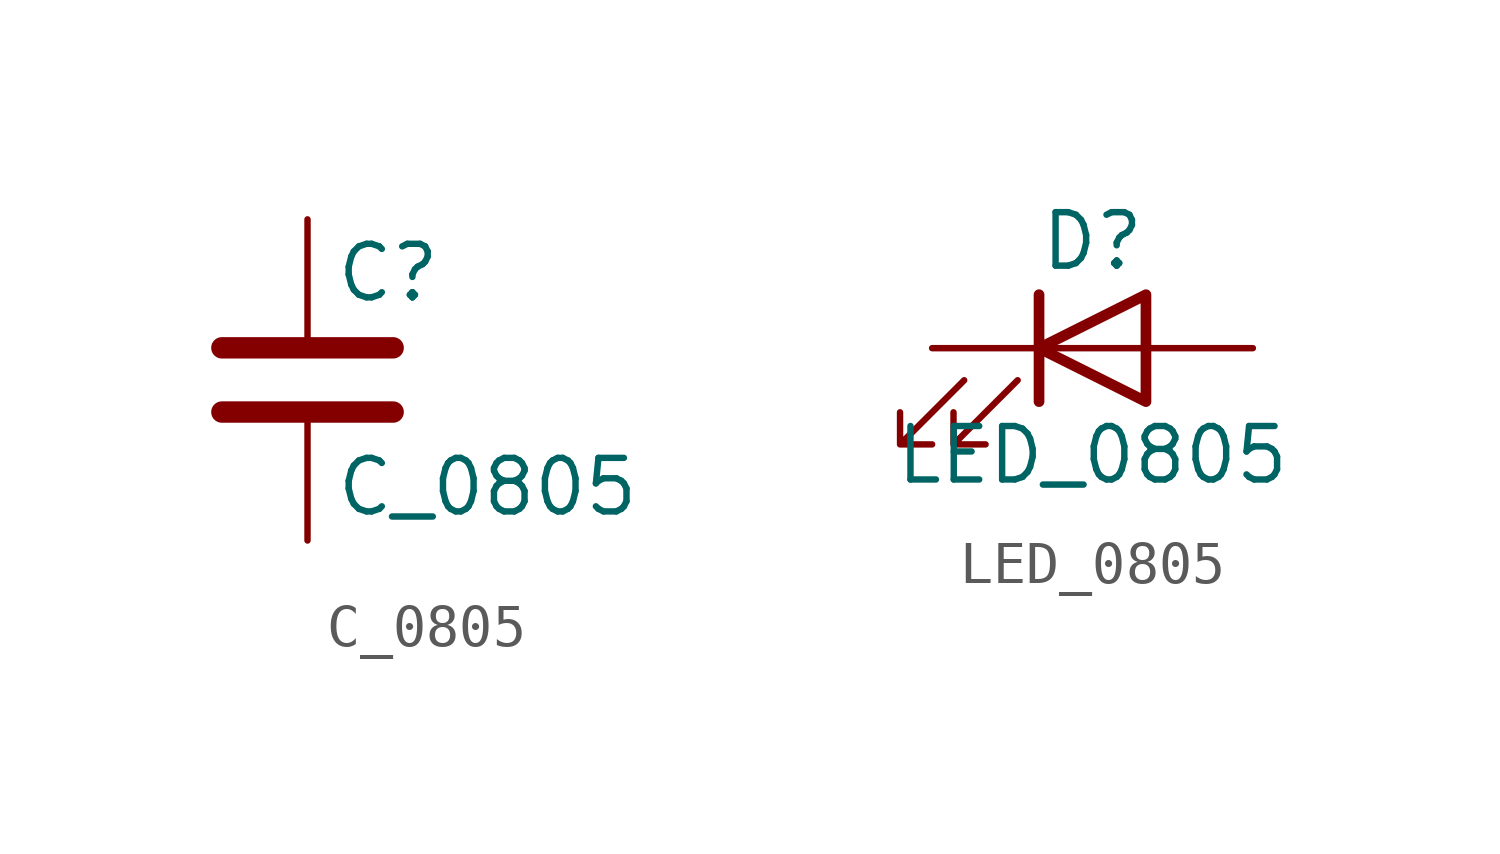
<source format=kicad_sym>
(kicad_symbol_lib
  (version 20231120)
  (generator "kicad_symbol_editor")
  (generator_version "8.0")
  (symbol "C_0805"
    (pin_numbers hide)
    (pin_names
      (offset 0.254))
    (property "Reference" "C"
      (at 0.635 2.54 0)
      (effects (font (size 1.27 1.27)) (justify left)))
    (property "Value" "C_0805"
      (at 0.635 -2.54 0)
      (effects (font (size 1.27 1.27)) (justify left)))
    (symbol "C_0805_0_1"
      (polyline (pts (xy -2.032 -0.762) (xy 2.032 -0.762)) (stroke (width 0.508) (type default)) (fill (type none)))
      (polyline (pts (xy -2.032 0.762) (xy 2.032 0.762)) (stroke (width 0.508) (type default)) (fill (type none))))
    (symbol "C_0805_1_1"
      (pin passive line (at 0 3.81 270) (length 2.794) (name "~" (effects (font (size 1.27 1.27)))) (number "1" (effects (font (size 1.27 1.27)))))
      (pin passive line (at 0 -3.81 90) (length 2.794) (name "~" (effects (font (size 1.27 1.27)))) (number "2" (effects (font (size 1.27 1.27)))))))
  (symbol "LED_0805"
    (pin_numbers hide)
    (pin_names
      (offset 1.016) hide)
    (property "Reference" "D"
      (at 0 2.54 0)
      (effects (font (size 1.27 1.27))))
    (property "Value" "LED_0805"
      (at 0 -2.54 0)
      (effects (font (size 1.27 1.27))))
    (symbol "LED_0805_0_1"
      (polyline (pts (xy -1.27 -1.27) (xy -1.27 1.27)) (stroke (width 0.254) (type default)) (fill (type none)))
      (polyline (pts (xy -1.27 0) (xy 1.27 0)) (stroke (width 0) (type default)) (fill (type none)))
      (polyline (pts (xy 1.27 -1.27) (xy 1.27 1.27) (xy -1.27 0) (xy 1.27 -1.27)) (stroke (width 0.254) (type default)) (fill (type none)))
      (polyline (pts (xy -3.048 -0.762) (xy -4.572 -2.286) (xy -3.81 -2.286) (xy -4.572 -2.286) (xy -4.572 -1.524)) (stroke (width 0) (type default)) (fill (type none)))
      (polyline (pts (xy -1.778 -0.762) (xy -3.302 -2.286) (xy -2.54 -2.286) (xy -3.302 -2.286) (xy -3.302 -1.524)) (stroke (width 0) (type default)) (fill (type none))))
    (symbol "LED_0805_1_1"
      (pin passive line (at -3.81 0 0) (length 2.54) (name "K" (effects (font (size 1.27 1.27)))) (number "1" (effects (font (size 1.27 1.27)))))
      (pin passive line (at 3.81 0 180) (length 2.54) (name "A" (effects (font (size 1.27 1.27)))) (number "2" (effects (font (size 1.27 1.27))))))))
</source>
